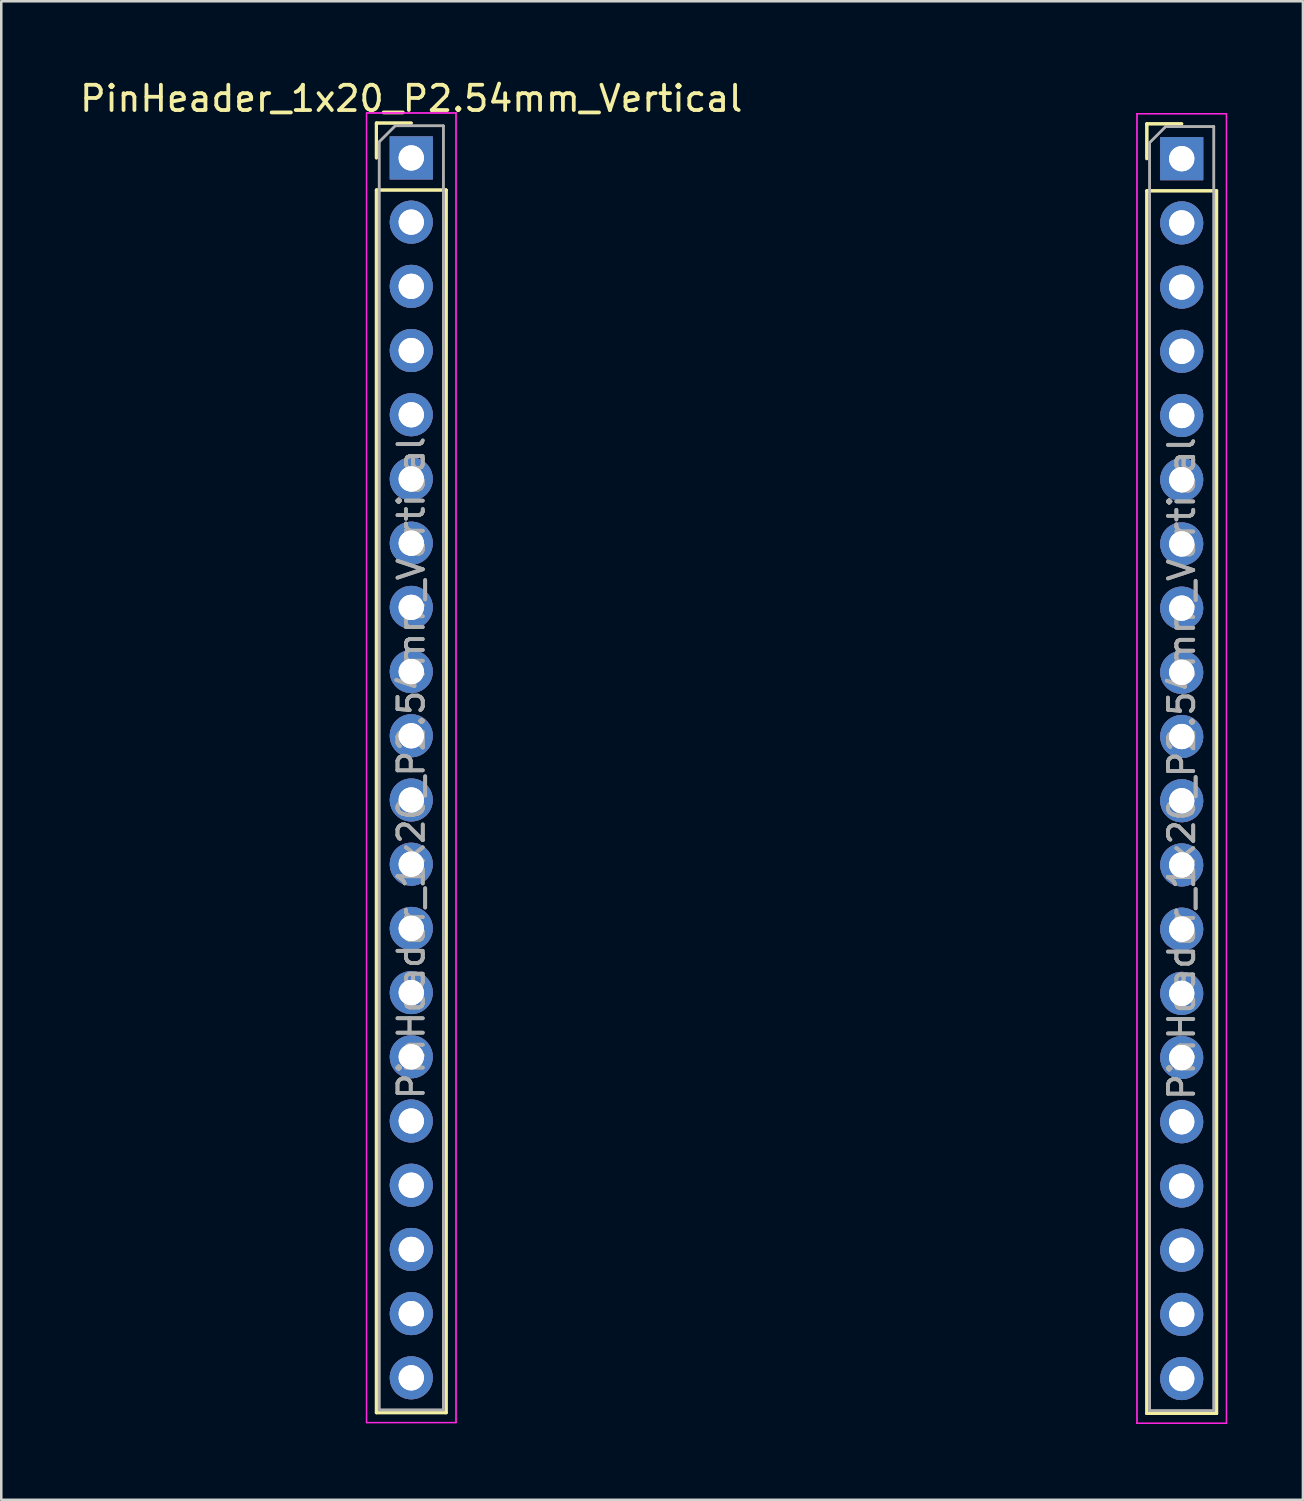
<source format=kicad_pcb>
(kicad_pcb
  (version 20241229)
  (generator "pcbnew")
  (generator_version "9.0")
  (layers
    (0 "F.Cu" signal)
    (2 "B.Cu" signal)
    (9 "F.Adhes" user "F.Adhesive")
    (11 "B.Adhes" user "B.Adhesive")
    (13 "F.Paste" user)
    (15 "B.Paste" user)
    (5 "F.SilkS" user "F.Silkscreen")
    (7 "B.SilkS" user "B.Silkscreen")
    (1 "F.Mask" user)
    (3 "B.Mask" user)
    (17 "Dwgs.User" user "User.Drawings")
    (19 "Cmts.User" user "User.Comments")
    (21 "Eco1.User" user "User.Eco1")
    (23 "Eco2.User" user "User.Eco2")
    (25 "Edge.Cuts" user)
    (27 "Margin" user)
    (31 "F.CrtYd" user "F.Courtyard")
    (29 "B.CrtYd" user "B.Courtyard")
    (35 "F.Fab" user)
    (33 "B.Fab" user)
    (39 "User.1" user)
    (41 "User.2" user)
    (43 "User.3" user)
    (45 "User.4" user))
  (footprint "PinHeader_1x20_P2.54mm_Vertical"
    (layer "F.Cu")
    (at 13.22 3.228)
    (property "Reference" "PinHeader_1x20_P2.54mm_Vertical" (at 0 -2.38 0) (layer "F.SilkS") (effects (font (size 1 1) (thickness 0.15))))
    (attr through_hole)
    (fp_line (start -1.38 -1.41) (end 0 -1.41) (stroke (width 0.12) (type solid)) (layer "F.SilkS"))
    (fp_line (start -1.38 -1.41) (end 0 -1.41) (stroke (width 0.12) (type solid)) (layer "F.SilkS"))
    (fp_line (start -1.38 -0.03) (end -1.38 -1.41) (stroke (width 0.12) (type solid)) (layer "F.SilkS"))
    (fp_line (start -1.38 -0.03) (end -1.38 -1.41) (stroke (width 0.12) (type solid)) (layer "F.SilkS"))
    (fp_line (start -1.38 1.24) (end -1.38 49.61) (stroke (width 0.12) (type solid)) (layer "F.SilkS"))
    (fp_line (start -1.38 1.24) (end -1.38 49.61) (stroke (width 0.12) (type solid)) (layer "F.SilkS"))
    (fp_line (start -1.38 1.24) (end 1.38 1.24) (stroke (width 0.12) (type solid)) (layer "F.SilkS"))
    (fp_line (start -1.38 1.24) (end 1.38 1.24) (stroke (width 0.12) (type solid)) (layer "F.SilkS"))
    (fp_line (start -1.38 49.61) (end 1.38 49.61) (stroke (width 0.12) (type solid)) (layer "F.SilkS"))
    (fp_line (start -1.38 49.61) (end 1.38 49.61) (stroke (width 0.12) (type solid)) (layer "F.SilkS"))
    (fp_line (start 1.38 1.24) (end 1.38 49.61) (stroke (width 0.12) (type solid)) (layer "F.SilkS"))
    (fp_line (start 1.38 1.24) (end 1.38 49.61) (stroke (width 0.12) (type solid)) (layer "F.SilkS"))
    (fp_line (start 29.1 -1.38) (end 30.48 -1.38) (stroke (width 0.12) (type solid)) (layer "F.SilkS"))
    (fp_line (start 29.1 -1.38) (end 30.48 -1.38) (stroke (width 0.12) (type solid)) (layer "F.SilkS"))
    (fp_line (start 29.1 0) (end 29.1 -1.38) (stroke (width 0.12) (type solid)) (layer "F.SilkS"))
    (fp_line (start 29.1 0) (end 29.1 -1.38) (stroke (width 0.12) (type solid)) (layer "F.SilkS"))
    (fp_line (start 29.1 1.27) (end 29.1 49.64) (stroke (width 0.12) (type solid)) (layer "F.SilkS"))
    (fp_line (start 29.1 1.27) (end 29.1 49.64) (stroke (width 0.12) (type solid)) (layer "F.SilkS"))
    (fp_line (start 29.1 1.27) (end 31.86 1.27) (stroke (width 0.12) (type solid)) (layer "F.SilkS"))
    (fp_line (start 29.1 1.27) (end 31.86 1.27) (stroke (width 0.12) (type solid)) (layer "F.SilkS"))
    (fp_line (start 29.1 49.64) (end 31.86 49.64) (stroke (width 0.12) (type solid)) (layer "F.SilkS"))
    (fp_line (start 29.1 49.64) (end 31.86 49.64) (stroke (width 0.12) (type solid)) (layer "F.SilkS"))
    (fp_line (start 31.86 1.27) (end 31.86 49.64) (stroke (width 0.12) (type solid)) (layer "F.SilkS"))
    (fp_line (start 31.86 1.27) (end 31.86 49.64) (stroke (width 0.12) (type solid)) (layer "F.SilkS"))
    (fp_line (start -1.77 -1.81) (end -1.77 50) (stroke (width 0.05) (type solid)) (layer "F.CrtYd"))
    (fp_line (start -1.77 -1.81) (end -1.77 50) (stroke (width 0.05) (type solid)) (layer "F.CrtYd"))
    (fp_line (start -1.77 50) (end 1.77 50) (stroke (width 0.05) (type solid)) (layer "F.CrtYd"))
    (fp_line (start -1.77 50) (end 1.77 50) (stroke (width 0.05) (type solid)) (layer "F.CrtYd"))
    (fp_line (start 1.77 -1.81) (end -1.77 -1.81) (stroke (width 0.05) (type solid)) (layer "F.CrtYd"))
    (fp_line (start 1.77 -1.81) (end -1.77 -1.81) (stroke (width 0.05) (type solid)) (layer "F.CrtYd"))
    (fp_line (start 1.77 50) (end 1.77 -1.81) (stroke (width 0.05) (type solid)) (layer "F.CrtYd"))
    (fp_line (start 1.77 50) (end 1.77 -1.81) (stroke (width 0.05) (type solid)) (layer "F.CrtYd"))
    (fp_line (start 28.71 -1.78) (end 28.71 50.03) (stroke (width 0.05) (type solid)) (layer "F.CrtYd"))
    (fp_line (start 28.71 -1.78) (end 28.71 50.03) (stroke (width 0.05) (type solid)) (layer "F.CrtYd"))
    (fp_line (start 28.71 50.03) (end 32.25 50.03) (stroke (width 0.05) (type solid)) (layer "F.CrtYd"))
    (fp_line (start 28.71 50.03) (end 32.25 50.03) (stroke (width 0.05) (type solid)) (layer "F.CrtYd"))
    (fp_line (start 32.25 -1.78) (end 28.71 -1.78) (stroke (width 0.05) (type solid)) (layer "F.CrtYd"))
    (fp_line (start 32.25 -1.78) (end 28.71 -1.78) (stroke (width 0.05) (type solid)) (layer "F.CrtYd"))
    (fp_line (start 32.25 50.03) (end 32.25 -1.78) (stroke (width 0.05) (type solid)) (layer "F.CrtYd"))
    (fp_line (start 32.25 50.03) (end 32.25 -1.78) (stroke (width 0.05) (type solid)) (layer "F.CrtYd"))
    (fp_line (start -1.27 -0.665) (end -0.635 -1.3) (stroke (width 0.1) (type solid)) (layer "F.Fab"))
    (fp_line (start -1.27 -0.665) (end -0.635 -1.3) (stroke (width 0.1) (type solid)) (layer "F.Fab"))
    (fp_line (start -1.27 49.5) (end -1.27 -0.665) (stroke (width 0.1) (type solid)) (layer "F.Fab"))
    (fp_line (start -1.27 49.5) (end -1.27 -0.665) (stroke (width 0.1) (type solid)) (layer "F.Fab"))
    (fp_line (start -0.635 -1.3) (end 1.27 -1.3) (stroke (width 0.1) (type solid)) (layer "F.Fab"))
    (fp_line (start -0.635 -1.3) (end 1.27 -1.3) (stroke (width 0.1) (type solid)) (layer "F.Fab"))
    (fp_line (start 1.27 -1.3) (end 1.27 49.5) (stroke (width 0.1) (type solid)) (layer "F.Fab"))
    (fp_line (start 1.27 -1.3) (end 1.27 49.5) (stroke (width 0.1) (type solid)) (layer "F.Fab"))
    (fp_line (start 1.27 49.5) (end -1.27 49.5) (stroke (width 0.1) (type solid)) (layer "F.Fab"))
    (fp_line (start 1.27 49.5) (end -1.27 49.5) (stroke (width 0.1) (type solid)) (layer "F.Fab"))
    (fp_line (start 29.21 -0.635) (end 29.845 -1.27) (stroke (width 0.1) (type solid)) (layer "F.Fab"))
    (fp_line (start 29.21 -0.635) (end 29.845 -1.27) (stroke (width 0.1) (type solid)) (layer "F.Fab"))
    (fp_line (start 29.21 49.53) (end 29.21 -0.635) (stroke (width 0.1) (type solid)) (layer "F.Fab"))
    (fp_line (start 29.21 49.53) (end 29.21 -0.635) (stroke (width 0.1) (type solid)) (layer "F.Fab"))
    (fp_line (start 29.845 -1.27) (end 31.75 -1.27) (stroke (width 0.1) (type solid)) (layer "F.Fab"))
    (fp_line (start 29.845 -1.27) (end 31.75 -1.27) (stroke (width 0.1) (type solid)) (layer "F.Fab"))
    (fp_line (start 31.75 -1.27) (end 31.75 49.53) (stroke (width 0.1) (type solid)) (layer "F.Fab"))
    (fp_line (start 31.75 -1.27) (end 31.75 49.53) (stroke (width 0.1) (type solid)) (layer "F.Fab"))
    (fp_line (start 31.75 49.53) (end 29.21 49.53) (stroke (width 0.1) (type solid)) (layer "F.Fab"))
    (fp_line (start 31.75 49.53) (end 29.21 49.53) (stroke (width 0.1) (type solid)) (layer "F.Fab"))
    (fp_text user "${REFERENCE}" (at 30.48 24.13 90) (layer "F.Fab") (effects (font (size 1 1) (thickness 0.15))))
    (fp_text user "${REFERENCE}" (at 30.48 24.13 90) (layer "F.Fab") (effects (font (size 1 1) (thickness 0.15))))
    (fp_text user "${REFERENCE}" (at 0 24.1 90) (layer "F.Fab") (effects (font (size 1 1) (thickness 0.15))))
    (fp_text user "${REFERENCE}" (at 0 24.1 90) (layer "F.Fab") (effects (font (size 1 1) (thickness 0.15))))
    (pad "3.3" thru_hole circle (at 30.48 45.72) (size 1.7 1.7) (drill 1) (layers "*.Cu" "*.Mask"))
    (pad "3.3" thru_hole circle (at 30.48 45.72) (size 1.7 1.7) (drill 1) (layers "*.Cu" "*.Mask"))
    (pad "5V" thru_hole circle (at 0 45.69) (size 1.7 1.7) (drill 1) (layers "*.Cu" "*.Mask"))
    (pad "5V" thru_hole circle (at 0 45.69) (size 1.7 1.7) (drill 1) (layers "*.Cu" "*.Mask"))
    (pad "18" thru_hole circle (at 30.48 43.18) (size 1.7 1.7) (drill 1) (layers "*.Cu" "*.Mask"))
    (pad "18" thru_hole circle (at 30.48 43.18) (size 1.7 1.7) (drill 1) (layers "*.Cu" "*.Mask"))
    (pad "GND1" thru_hole circle (at 0 48.23) (size 1.7 1.7) (drill 1) (layers "*.Cu" "*.Mask"))
    (pad "GND1" thru_hole circle (at 0 48.23) (size 1.7 1.7) (drill 1) (layers "*.Cu" "*.Mask"))
    (pad "GND2" thru_hole circle (at 30.48 48.26) (size 1.7 1.7) (drill 1) (layers "*.Cu" "*.Mask"))
    (pad "GND2" thru_hole circle (at 30.48 48.26) (size 1.7 1.7) (drill 1) (layers "*.Cu" "*.Mask"))
    (pad "IO1" thru_hole rect (at 30.48 0) (size 1.7 1.7) (drill 1) (layers "*.Cu" "*.Mask"))
    (pad "IO1" thru_hole rect (at 30.48 0) (size 1.7 1.7) (drill 1) (layers "*.Cu" "*.Mask"))
    (pad "IO2" thru_hole circle (at 30.48 2.54) (size 1.7 1.7) (drill 1) (layers "*.Cu" "*.Mask"))
    (pad "IO2" thru_hole circle (at 30.48 2.54) (size 1.7 1.7) (drill 1) (layers "*.Cu" "*.Mask"))
    (pad "IO3" thru_hole circle (at 30.48 5.08) (size 1.7 1.7) (drill 1) (layers "*.Cu" "*.Mask"))
    (pad "IO3" thru_hole circle (at 30.48 5.08) (size 1.7 1.7) (drill 1) (layers "*.Cu" "*.Mask"))
    (pad "IO4" thru_hole circle (at 30.48 7.62) (size 1.7 1.7) (drill 1) (layers "*.Cu" "*.Mask"))
    (pad "IO4" thru_hole circle (at 30.48 7.62) (size 1.7 1.7) (drill 1) (layers "*.Cu" "*.Mask"))
    (pad "IO5" thru_hole circle (at 30.48 10.16) (size 1.7 1.7) (drill 1) (layers "*.Cu" "*.Mask"))
    (pad "IO5" thru_hole circle (at 30.48 10.16) (size 1.7 1.7) (drill 1) (layers "*.Cu" "*.Mask"))
    (pad "IO6" thru_hole circle (at 30.48 12.7) (size 1.7 1.7) (drill 1) (layers "*.Cu" "*.Mask"))
    (pad "IO6" thru_hole circle (at 30.48 12.7) (size 1.7 1.7) (drill 1) (layers "*.Cu" "*.Mask"))
    (pad "IO7" thru_hole circle (at 30.48 15.24) (size 1.7 1.7) (drill 1) (layers "*.Cu" "*.Mask"))
    (pad "IO7" thru_hole circle (at 30.48 15.24) (size 1.7 1.7) (drill 1) (layers "*.Cu" "*.Mask"))
    (pad "IO8" thru_hole circle (at 30.48 17.78) (size 1.7 1.7) (drill 1) (layers "*.Cu" "*.Mask"))
    (pad "IO8" thru_hole circle (at 30.48 17.78) (size 1.7 1.7) (drill 1) (layers "*.Cu" "*.Mask"))
    (pad "IO9" thru_hole circle (at 30.48 20.32) (size 1.7 1.7) (drill 1) (layers "*.Cu" "*.Mask"))
    (pad "IO9" thru_hole circle (at 30.48 20.32) (size 1.7 1.7) (drill 1) (layers "*.Cu" "*.Mask"))
    (pad "IO10" thru_hole circle (at 30.48 22.86) (size 1.7 1.7) (drill 1) (layers "*.Cu" "*.Mask"))
    (pad "IO10" thru_hole circle (at 30.48 22.86) (size 1.7 1.7) (drill 1) (layers "*.Cu" "*.Mask"))
    (pad "IO11" thru_hole circle (at 30.48 25.4) (size 1.7 1.7) (drill 1) (layers "*.Cu" "*.Mask"))
    (pad "IO11" thru_hole circle (at 30.48 25.4) (size 1.7 1.7) (drill 1) (layers "*.Cu" "*.Mask"))
    (pad "IO12" thru_hole circle (at 30.48 27.94) (size 1.7 1.7) (drill 1) (layers "*.Cu" "*.Mask"))
    (pad "IO12" thru_hole circle (at 30.48 27.94) (size 1.7 1.7) (drill 1) (layers "*.Cu" "*.Mask"))
    (pad "IO13" thru_hole circle (at 30.48 30.48) (size 1.7 1.7) (drill 1) (layers "*.Cu" "*.Mask"))
    (pad "IO13" thru_hole circle (at 30.48 30.48) (size 1.7 1.7) (drill 1) (layers "*.Cu" "*.Mask"))
    (pad "IO14" thru_hole circle (at 30.48 33.02) (size 1.7 1.7) (drill 1) (layers "*.Cu" "*.Mask"))
    (pad "IO14" thru_hole circle (at 30.48 33.02) (size 1.7 1.7) (drill 1) (layers "*.Cu" "*.Mask"))
    (pad "IO15" thru_hole circle (at 30.48 35.56) (size 1.7 1.7) (drill 1) (layers "*.Cu" "*.Mask"))
    (pad "IO15" thru_hole circle (at 30.48 35.56) (size 1.7 1.7) (drill 1) (layers "*.Cu" "*.Mask"))
    (pad "IO16" thru_hole circle (at 30.48 38.1) (size 1.7 1.7) (drill 1) (layers "*.Cu" "*.Mask"))
    (pad "IO16" thru_hole circle (at 30.48 38.1) (size 1.7 1.7) (drill 1) (layers "*.Cu" "*.Mask"))
    (pad "IO17" thru_hole circle (at 30.48 40.64) (size 1.7 1.7) (drill 1) (layers "*.Cu" "*.Mask"))
    (pad "IO17" thru_hole circle (at 30.48 40.64) (size 1.7 1.7) (drill 1) (layers "*.Cu" "*.Mask"))
    (pad "IO21" thru_hole circle (at 0 43.15) (size 1.7 1.7) (drill 1) (layers "*.Cu" "*.Mask"))
    (pad "IO21" thru_hole circle (at 0 43.15) (size 1.7 1.7) (drill 1) (layers "*.Cu" "*.Mask"))
    (pad "IO26" thru_hole circle (at 0 40.61) (size 1.7 1.7) (drill 1) (layers "*.Cu" "*.Mask"))
    (pad "IO26" thru_hole circle (at 0 40.61) (size 1.7 1.7) (drill 1) (layers "*.Cu" "*.Mask"))
    (pad "IO33" thru_hole circle (at 0 35.53) (size 1.7 1.7) (drill 1) (layers "*.Cu" "*.Mask"))
    (pad "IO33" thru_hole circle (at 0 35.53) (size 1.7 1.7) (drill 1) (layers "*.Cu" "*.Mask"))
    (pad "IO34" thru_hole circle (at 0 32.99) (size 1.7 1.7) (drill 1) (layers "*.Cu" "*.Mask"))
    (pad "IO34" thru_hole circle (at 0 32.99) (size 1.7 1.7) (drill 1) (layers "*.Cu" "*.Mask"))
    (pad "IO35" thru_hole circle (at 0 27.91) (size 1.7 1.7) (drill 1) (layers "*.Cu" "*.Mask"))
    (pad "IO35" thru_hole circle (at 0 27.91) (size 1.7 1.7) (drill 1) (layers "*.Cu" "*.Mask"))
    (pad "IO36" thru_hole circle (at 0 25.37) (size 1.7 1.7) (drill 1) (layers "*.Cu" "*.Mask"))
    (pad "IO36" thru_hole circle (at 0 25.37) (size 1.7 1.7) (drill 1) (layers "*.Cu" "*.Mask"))
    (pad "IO37" thru_hole circle (at 0 22.83) (size 1.7 1.7) (drill 1) (layers "*.Cu" "*.Mask"))
    (pad "IO37" thru_hole circle (at 0 22.83) (size 1.7 1.7) (drill 1) (layers "*.Cu" "*.Mask"))
    (pad "IO38" thru_hole circle (at 0 20.29) (size 1.7 1.7) (drill 1) (layers "*.Cu" "*.Mask"))
    (pad "IO38" thru_hole circle (at 0 20.29) (size 1.7 1.7) (drill 1) (layers "*.Cu" "*.Mask"))
    (pad "IO39" thru_hole circle (at 0 17.75) (size 1.7 1.7) (drill 1) (layers "*.Cu" "*.Mask"))
    (pad "IO39" thru_hole circle (at 0 17.75) (size 1.7 1.7) (drill 1) (layers "*.Cu" "*.Mask"))
    (pad "IO40" thru_hole circle (at 0 15.21) (size 1.7 1.7) (drill 1) (layers "*.Cu" "*.Mask"))
    (pad "IO40" thru_hole circle (at 0 15.21) (size 1.7 1.7) (drill 1) (layers "*.Cu" "*.Mask"))
    (pad "IO41" thru_hole circle (at 0 12.67) (size 1.7 1.7) (drill 1) (layers "*.Cu" "*.Mask"))
    (pad "IO41" thru_hole circle (at 0 12.67) (size 1.7 1.7) (drill 1) (layers "*.Cu" "*.Mask"))
    (pad "IO42" thru_hole circle (at 0 10.13) (size 1.7 1.7) (drill 1) (layers "*.Cu" "*.Mask"))
    (pad "IO42" thru_hole circle (at 0 10.13) (size 1.7 1.7) (drill 1) (layers "*.Cu" "*.Mask"))
    (pad "IO45" thru_hole circle (at 0 2.51) (size 1.7 1.7) (drill 1) (layers "*.Cu" "*.Mask"))
    (pad "IO45" thru_hole circle (at 0 2.51) (size 1.7 1.7) (drill 1) (layers "*.Cu" "*.Mask"))
    (pad "IO46" thru_hole rect (at 0 -0.03) (size 1.7 1.7) (drill 1) (layers "*.Cu" "*.Mask"))
    (pad "IO46" thru_hole rect (at 0 -0.03) (size 1.7 1.7) (drill 1) (layers "*.Cu" "*.Mask"))
    (pad "IO47" thru_hole circle (at 0 38.07) (size 1.7 1.7) (drill 1) (layers "*.Cu" "*.Mask"))
    (pad "IO47" thru_hole circle (at 0 38.07) (size 1.7 1.7) (drill 1) (layers "*.Cu" "*.Mask"))
    (pad "IO48" thru_hole circle (at 0 30.45) (size 1.7 1.7) (drill 1) (layers "*.Cu" "*.Mask"))
    (pad "IO48" thru_hole circle (at 0 30.45) (size 1.7 1.7) (drill 1) (layers "*.Cu" "*.Mask"))
    (pad "RX0" thru_hole circle (at 0 5.05) (size 1.7 1.7) (drill 1) (layers "*.Cu" "*.Mask"))
    (pad "RX0" thru_hole circle (at 0 5.05) (size 1.7 1.7) (drill 1) (layers "*.Cu" "*.Mask"))
    (pad "TX0" thru_hole circle (at 0 7.59) (size 1.7 1.7) (drill 1) (layers "*.Cu" "*.Mask"))
    (pad "TX0" thru_hole circle (at 0 7.59) (size 1.7 1.7) (drill 1) (layers "*.Cu" "*.Mask")))
  (gr_rect
    (start -3 -3)
    (end 48.495 56.283)
    (stroke (width 0.1) (type default))
    (fill no)
    (layer "Edge.Cuts")))
</source>
